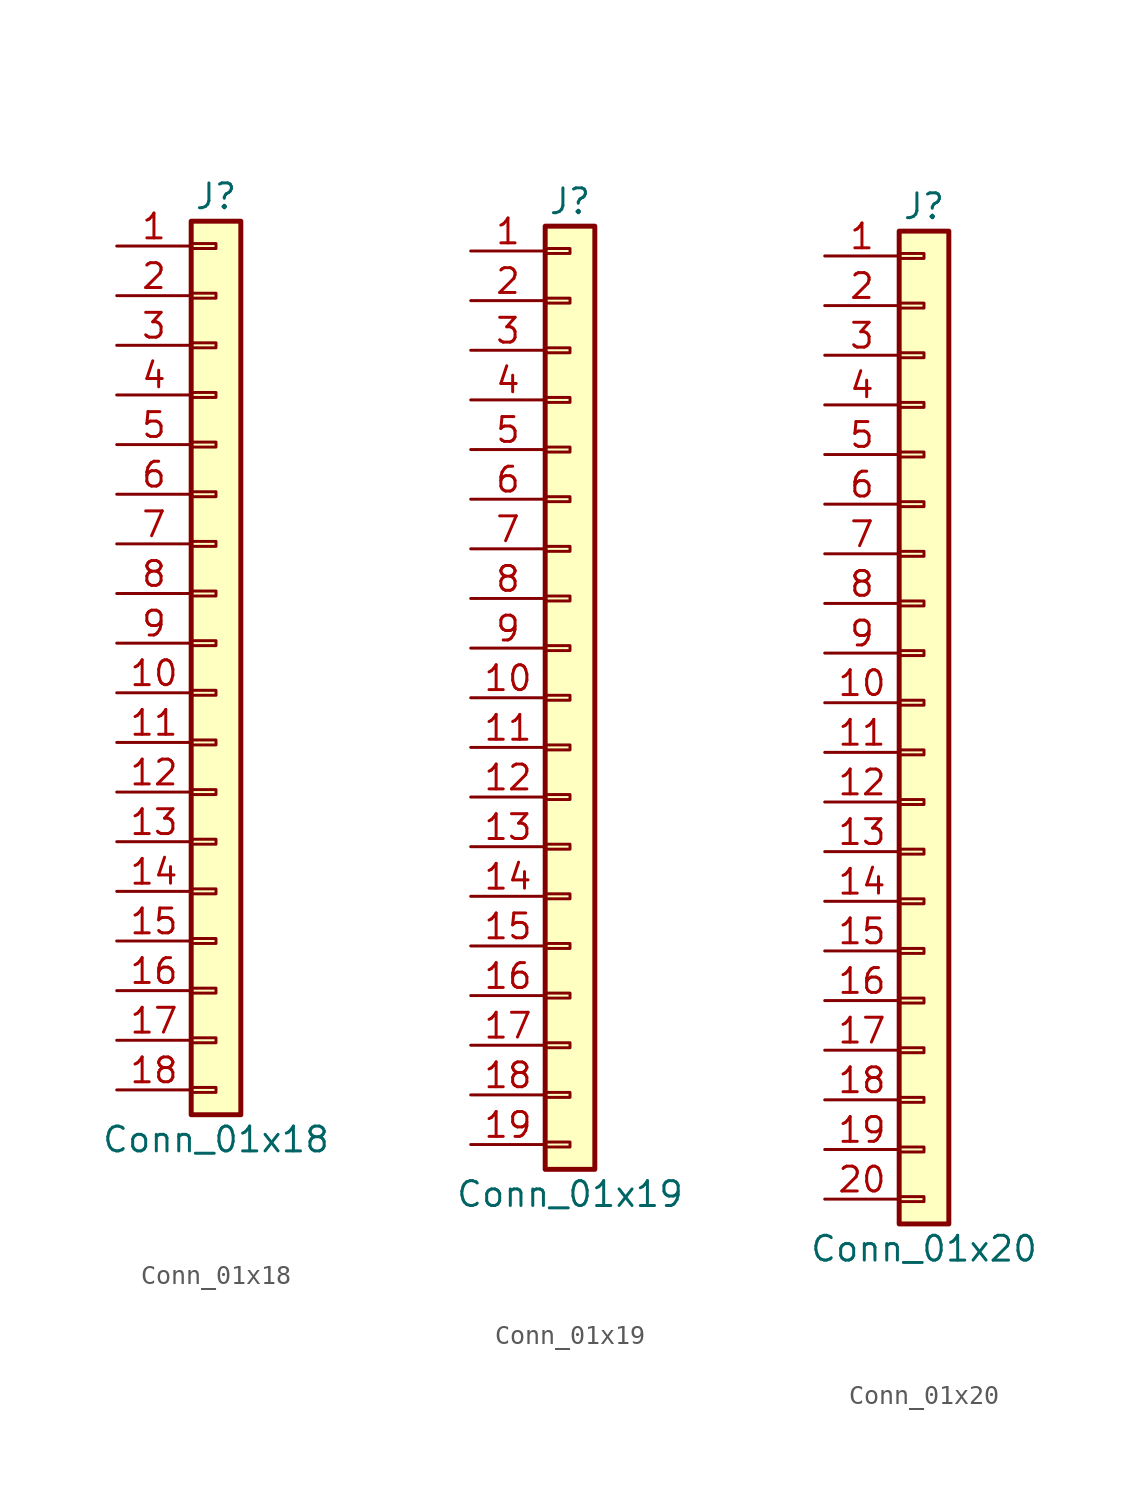
<source format=kicad_sym>
(kicad_symbol_lib
  (version 20211014)
  (generator kicad_symbol_editor)
  (symbol "Conn_01x18"
    (pin_names
      (offset 1.016) hide)
    (property "Reference" "J"
      (at 0 22.86 0)
      (effects (font (size 1.27 1.27))))
    (property "Value" "Conn_01x18"
      (at 0 -25.4 0)
      (effects (font (size 1.27 1.27))))
    (symbol "Conn_01x18_1_1"
      (rectangle (start -1.27 -22.733) (end 0 -22.987) (stroke (width 0.152) (type default) (color 0 0 0 0)) (fill (type none)))
      (rectangle (start -1.27 -20.193) (end 0 -20.447) (stroke (width 0.152) (type default) (color 0 0 0 0)) (fill (type none)))
      (rectangle (start -1.27 -17.653) (end 0 -17.907) (stroke (width 0.152) (type default) (color 0 0 0 0)) (fill (type none)))
      (rectangle (start -1.27 -15.113) (end 0 -15.367) (stroke (width 0.152) (type default) (color 0 0 0 0)) (fill (type none)))
      (rectangle (start -1.27 -12.573) (end 0 -12.827) (stroke (width 0.152) (type default) (color 0 0 0 0)) (fill (type none)))
      (rectangle (start -1.27 -10.033) (end 0 -10.287) (stroke (width 0.152) (type default) (color 0 0 0 0)) (fill (type none)))
      (rectangle (start -1.27 -7.493) (end 0 -7.747) (stroke (width 0.152) (type default) (color 0 0 0 0)) (fill (type none)))
      (rectangle (start -1.27 -4.953) (end 0 -5.207) (stroke (width 0.152) (type default) (color 0 0 0 0)) (fill (type none)))
      (rectangle (start -1.27 -2.413) (end 0 -2.667) (stroke (width 0.152) (type default) (color 0 0 0 0)) (fill (type none)))
      (rectangle (start -1.27 0.127) (end 0 -0.127) (stroke (width 0.152) (type default) (color 0 0 0 0)) (fill (type none)))
      (rectangle (start -1.27 2.667) (end 0 2.413) (stroke (width 0.152) (type default) (color 0 0 0 0)) (fill (type none)))
      (rectangle (start -1.27 5.207) (end 0 4.953) (stroke (width 0.152) (type default) (color 0 0 0 0)) (fill (type none)))
      (rectangle (start -1.27 7.747) (end 0 7.493) (stroke (width 0.152) (type default) (color 0 0 0 0)) (fill (type none)))
      (rectangle (start -1.27 10.287) (end 0 10.033) (stroke (width 0.152) (type default) (color 0 0 0 0)) (fill (type none)))
      (rectangle (start -1.27 12.827) (end 0 12.573) (stroke (width 0.152) (type default) (color 0 0 0 0)) (fill (type none)))
      (rectangle (start -1.27 15.367) (end 0 15.113) (stroke (width 0.152) (type default) (color 0 0 0 0)) (fill (type none)))
      (rectangle (start -1.27 17.907) (end 0 17.653) (stroke (width 0.152) (type default) (color 0 0 0 0)) (fill (type none)))
      (rectangle (start -1.27 20.447) (end 0 20.193) (stroke (width 0.152) (type default) (color 0 0 0 0)) (fill (type none)))
      (rectangle (start -1.27 21.59) (end 1.27 -24.13) (stroke (width 0.254) (type default) (color 0 0 0 0)) (fill (type background)))
      (pin passive line (at -5.08 20.32 0) (length 3.81) (name "Pin_1" (effects (font (size 1.27 1.27)))) (number "1" (effects (font (size 1.27 1.27)))))
      (pin passive line (at -5.08 -2.54 0) (length 3.81) (name "Pin_10" (effects (font (size 1.27 1.27)))) (number "10" (effects (font (size 1.27 1.27)))))
      (pin passive line (at -5.08 -5.08 0) (length 3.81) (name "Pin_11" (effects (font (size 1.27 1.27)))) (number "11" (effects (font (size 1.27 1.27)))))
      (pin passive line (at -5.08 -7.62 0) (length 3.81) (name "Pin_12" (effects (font (size 1.27 1.27)))) (number "12" (effects (font (size 1.27 1.27)))))
      (pin passive line (at -5.08 -10.16 0) (length 3.81) (name "Pin_13" (effects (font (size 1.27 1.27)))) (number "13" (effects (font (size 1.27 1.27)))))
      (pin passive line (at -5.08 -12.7 0) (length 3.81) (name "Pin_14" (effects (font (size 1.27 1.27)))) (number "14" (effects (font (size 1.27 1.27)))))
      (pin passive line (at -5.08 -15.24 0) (length 3.81) (name "Pin_15" (effects (font (size 1.27 1.27)))) (number "15" (effects (font (size 1.27 1.27)))))
      (pin passive line (at -5.08 -17.78 0) (length 3.81) (name "Pin_16" (effects (font (size 1.27 1.27)))) (number "16" (effects (font (size 1.27 1.27)))))
      (pin passive line (at -5.08 -20.32 0) (length 3.81) (name "Pin_17" (effects (font (size 1.27 1.27)))) (number "17" (effects (font (size 1.27 1.27)))))
      (pin passive line (at -5.08 -22.86 0) (length 3.81) (name "Pin_18" (effects (font (size 1.27 1.27)))) (number "18" (effects (font (size 1.27 1.27)))))
      (pin passive line (at -5.08 17.78 0) (length 3.81) (name "Pin_2" (effects (font (size 1.27 1.27)))) (number "2" (effects (font (size 1.27 1.27)))))
      (pin passive line (at -5.08 15.24 0) (length 3.81) (name "Pin_3" (effects (font (size 1.27 1.27)))) (number "3" (effects (font (size 1.27 1.27)))))
      (pin passive line (at -5.08 12.7 0) (length 3.81) (name "Pin_4" (effects (font (size 1.27 1.27)))) (number "4" (effects (font (size 1.27 1.27)))))
      (pin passive line (at -5.08 10.16 0) (length 3.81) (name "Pin_5" (effects (font (size 1.27 1.27)))) (number "5" (effects (font (size 1.27 1.27)))))
      (pin passive line (at -5.08 7.62 0) (length 3.81) (name "Pin_6" (effects (font (size 1.27 1.27)))) (number "6" (effects (font (size 1.27 1.27)))))
      (pin passive line (at -5.08 5.08 0) (length 3.81) (name "Pin_7" (effects (font (size 1.27 1.27)))) (number "7" (effects (font (size 1.27 1.27)))))
      (pin passive line (at -5.08 2.54 0) (length 3.81) (name "Pin_8" (effects (font (size 1.27 1.27)))) (number "8" (effects (font (size 1.27 1.27)))))
      (pin passive line (at -5.08 0 0) (length 3.81) (name "Pin_9" (effects (font (size 1.27 1.27)))) (number "9" (effects (font (size 1.27 1.27)))))))
  (symbol "Conn_01x19"
    (pin_names
      (offset 1.016) hide)
    (property "Reference" "J"
      (at 0 25.4 0)
      (effects (font (size 1.27 1.27))))
    (property "Value" "Conn_01x19"
      (at 0 -25.4 0)
      (effects (font (size 1.27 1.27))))
    (symbol "Conn_01x19_1_1"
      (rectangle (start -1.27 -22.733) (end 0 -22.987) (stroke (width 0.152) (type default) (color 0 0 0 0)) (fill (type none)))
      (rectangle (start -1.27 -20.193) (end 0 -20.447) (stroke (width 0.152) (type default) (color 0 0 0 0)) (fill (type none)))
      (rectangle (start -1.27 -17.653) (end 0 -17.907) (stroke (width 0.152) (type default) (color 0 0 0 0)) (fill (type none)))
      (rectangle (start -1.27 -15.113) (end 0 -15.367) (stroke (width 0.152) (type default) (color 0 0 0 0)) (fill (type none)))
      (rectangle (start -1.27 -12.573) (end 0 -12.827) (stroke (width 0.152) (type default) (color 0 0 0 0)) (fill (type none)))
      (rectangle (start -1.27 -10.033) (end 0 -10.287) (stroke (width 0.152) (type default) (color 0 0 0 0)) (fill (type none)))
      (rectangle (start -1.27 -7.493) (end 0 -7.747) (stroke (width 0.152) (type default) (color 0 0 0 0)) (fill (type none)))
      (rectangle (start -1.27 -4.953) (end 0 -5.207) (stroke (width 0.152) (type default) (color 0 0 0 0)) (fill (type none)))
      (rectangle (start -1.27 -2.413) (end 0 -2.667) (stroke (width 0.152) (type default) (color 0 0 0 0)) (fill (type none)))
      (rectangle (start -1.27 0.127) (end 0 -0.127) (stroke (width 0.152) (type default) (color 0 0 0 0)) (fill (type none)))
      (rectangle (start -1.27 2.667) (end 0 2.413) (stroke (width 0.152) (type default) (color 0 0 0 0)) (fill (type none)))
      (rectangle (start -1.27 5.207) (end 0 4.953) (stroke (width 0.152) (type default) (color 0 0 0 0)) (fill (type none)))
      (rectangle (start -1.27 7.747) (end 0 7.493) (stroke (width 0.152) (type default) (color 0 0 0 0)) (fill (type none)))
      (rectangle (start -1.27 10.287) (end 0 10.033) (stroke (width 0.152) (type default) (color 0 0 0 0)) (fill (type none)))
      (rectangle (start -1.27 12.827) (end 0 12.573) (stroke (width 0.152) (type default) (color 0 0 0 0)) (fill (type none)))
      (rectangle (start -1.27 15.367) (end 0 15.113) (stroke (width 0.152) (type default) (color 0 0 0 0)) (fill (type none)))
      (rectangle (start -1.27 17.907) (end 0 17.653) (stroke (width 0.152) (type default) (color 0 0 0 0)) (fill (type none)))
      (rectangle (start -1.27 20.447) (end 0 20.193) (stroke (width 0.152) (type default) (color 0 0 0 0)) (fill (type none)))
      (rectangle (start -1.27 22.987) (end 0 22.733) (stroke (width 0.152) (type default) (color 0 0 0 0)) (fill (type none)))
      (rectangle (start -1.27 24.13) (end 1.27 -24.13) (stroke (width 0.254) (type default) (color 0 0 0 0)) (fill (type background)))
      (pin passive line (at -5.08 22.86 0) (length 3.81) (name "Pin_1" (effects (font (size 1.27 1.27)))) (number "1" (effects (font (size 1.27 1.27)))))
      (pin passive line (at -5.08 0 0) (length 3.81) (name "Pin_10" (effects (font (size 1.27 1.27)))) (number "10" (effects (font (size 1.27 1.27)))))
      (pin passive line (at -5.08 -2.54 0) (length 3.81) (name "Pin_11" (effects (font (size 1.27 1.27)))) (number "11" (effects (font (size 1.27 1.27)))))
      (pin passive line (at -5.08 -5.08 0) (length 3.81) (name "Pin_12" (effects (font (size 1.27 1.27)))) (number "12" (effects (font (size 1.27 1.27)))))
      (pin passive line (at -5.08 -7.62 0) (length 3.81) (name "Pin_13" (effects (font (size 1.27 1.27)))) (number "13" (effects (font (size 1.27 1.27)))))
      (pin passive line (at -5.08 -10.16 0) (length 3.81) (name "Pin_14" (effects (font (size 1.27 1.27)))) (number "14" (effects (font (size 1.27 1.27)))))
      (pin passive line (at -5.08 -12.7 0) (length 3.81) (name "Pin_15" (effects (font (size 1.27 1.27)))) (number "15" (effects (font (size 1.27 1.27)))))
      (pin passive line (at -5.08 -15.24 0) (length 3.81) (name "Pin_16" (effects (font (size 1.27 1.27)))) (number "16" (effects (font (size 1.27 1.27)))))
      (pin passive line (at -5.08 -17.78 0) (length 3.81) (name "Pin_17" (effects (font (size 1.27 1.27)))) (number "17" (effects (font (size 1.27 1.27)))))
      (pin passive line (at -5.08 -20.32 0) (length 3.81) (name "Pin_18" (effects (font (size 1.27 1.27)))) (number "18" (effects (font (size 1.27 1.27)))))
      (pin passive line (at -5.08 -22.86 0) (length 3.81) (name "Pin_19" (effects (font (size 1.27 1.27)))) (number "19" (effects (font (size 1.27 1.27)))))
      (pin passive line (at -5.08 20.32 0) (length 3.81) (name "Pin_2" (effects (font (size 1.27 1.27)))) (number "2" (effects (font (size 1.27 1.27)))))
      (pin passive line (at -5.08 17.78 0) (length 3.81) (name "Pin_3" (effects (font (size 1.27 1.27)))) (number "3" (effects (font (size 1.27 1.27)))))
      (pin passive line (at -5.08 15.24 0) (length 3.81) (name "Pin_4" (effects (font (size 1.27 1.27)))) (number "4" (effects (font (size 1.27 1.27)))))
      (pin passive line (at -5.08 12.7 0) (length 3.81) (name "Pin_5" (effects (font (size 1.27 1.27)))) (number "5" (effects (font (size 1.27 1.27)))))
      (pin passive line (at -5.08 10.16 0) (length 3.81) (name "Pin_6" (effects (font (size 1.27 1.27)))) (number "6" (effects (font (size 1.27 1.27)))))
      (pin passive line (at -5.08 7.62 0) (length 3.81) (name "Pin_7" (effects (font (size 1.27 1.27)))) (number "7" (effects (font (size 1.27 1.27)))))
      (pin passive line (at -5.08 5.08 0) (length 3.81) (name "Pin_8" (effects (font (size 1.27 1.27)))) (number "8" (effects (font (size 1.27 1.27)))))
      (pin passive line (at -5.08 2.54 0) (length 3.81) (name "Pin_9" (effects (font (size 1.27 1.27)))) (number "9" (effects (font (size 1.27 1.27)))))))
  (symbol "Conn_01x20"
    (pin_names
      (offset 1.016) hide)
    (property "Reference" "J"
      (at 0 25.4 0)
      (effects (font (size 1.27 1.27))))
    (property "Value" "Conn_01x20"
      (at 0 -27.94 0)
      (effects (font (size 1.27 1.27))))
    (symbol "Conn_01x20_1_1"
      (rectangle (start -1.27 -25.273) (end 0 -25.527) (stroke (width 0.152) (type default) (color 0 0 0 0)) (fill (type none)))
      (rectangle (start -1.27 -22.733) (end 0 -22.987) (stroke (width 0.152) (type default) (color 0 0 0 0)) (fill (type none)))
      (rectangle (start -1.27 -20.193) (end 0 -20.447) (stroke (width 0.152) (type default) (color 0 0 0 0)) (fill (type none)))
      (rectangle (start -1.27 -17.653) (end 0 -17.907) (stroke (width 0.152) (type default) (color 0 0 0 0)) (fill (type none)))
      (rectangle (start -1.27 -15.113) (end 0 -15.367) (stroke (width 0.152) (type default) (color 0 0 0 0)) (fill (type none)))
      (rectangle (start -1.27 -12.573) (end 0 -12.827) (stroke (width 0.152) (type default) (color 0 0 0 0)) (fill (type none)))
      (rectangle (start -1.27 -10.033) (end 0 -10.287) (stroke (width 0.152) (type default) (color 0 0 0 0)) (fill (type none)))
      (rectangle (start -1.27 -7.493) (end 0 -7.747) (stroke (width 0.152) (type default) (color 0 0 0 0)) (fill (type none)))
      (rectangle (start -1.27 -4.953) (end 0 -5.207) (stroke (width 0.152) (type default) (color 0 0 0 0)) (fill (type none)))
      (rectangle (start -1.27 -2.413) (end 0 -2.667) (stroke (width 0.152) (type default) (color 0 0 0 0)) (fill (type none)))
      (rectangle (start -1.27 0.127) (end 0 -0.127) (stroke (width 0.152) (type default) (color 0 0 0 0)) (fill (type none)))
      (rectangle (start -1.27 2.667) (end 0 2.413) (stroke (width 0.152) (type default) (color 0 0 0 0)) (fill (type none)))
      (rectangle (start -1.27 5.207) (end 0 4.953) (stroke (width 0.152) (type default) (color 0 0 0 0)) (fill (type none)))
      (rectangle (start -1.27 7.747) (end 0 7.493) (stroke (width 0.152) (type default) (color 0 0 0 0)) (fill (type none)))
      (rectangle (start -1.27 10.287) (end 0 10.033) (stroke (width 0.152) (type default) (color 0 0 0 0)) (fill (type none)))
      (rectangle (start -1.27 12.827) (end 0 12.573) (stroke (width 0.152) (type default) (color 0 0 0 0)) (fill (type none)))
      (rectangle (start -1.27 15.367) (end 0 15.113) (stroke (width 0.152) (type default) (color 0 0 0 0)) (fill (type none)))
      (rectangle (start -1.27 17.907) (end 0 17.653) (stroke (width 0.152) (type default) (color 0 0 0 0)) (fill (type none)))
      (rectangle (start -1.27 20.447) (end 0 20.193) (stroke (width 0.152) (type default) (color 0 0 0 0)) (fill (type none)))
      (rectangle (start -1.27 22.987) (end 0 22.733) (stroke (width 0.152) (type default) (color 0 0 0 0)) (fill (type none)))
      (rectangle (start -1.27 24.13) (end 1.27 -26.67) (stroke (width 0.254) (type default) (color 0 0 0 0)) (fill (type background)))
      (pin passive line (at -5.08 22.86 0) (length 3.81) (name "Pin_1" (effects (font (size 1.27 1.27)))) (number "1" (effects (font (size 1.27 1.27)))))
      (pin passive line (at -5.08 0 0) (length 3.81) (name "Pin_10" (effects (font (size 1.27 1.27)))) (number "10" (effects (font (size 1.27 1.27)))))
      (pin passive line (at -5.08 -2.54 0) (length 3.81) (name "Pin_11" (effects (font (size 1.27 1.27)))) (number "11" (effects (font (size 1.27 1.27)))))
      (pin passive line (at -5.08 -5.08 0) (length 3.81) (name "Pin_12" (effects (font (size 1.27 1.27)))) (number "12" (effects (font (size 1.27 1.27)))))
      (pin passive line (at -5.08 -7.62 0) (length 3.81) (name "Pin_13" (effects (font (size 1.27 1.27)))) (number "13" (effects (font (size 1.27 1.27)))))
      (pin passive line (at -5.08 -10.16 0) (length 3.81) (name "Pin_14" (effects (font (size 1.27 1.27)))) (number "14" (effects (font (size 1.27 1.27)))))
      (pin passive line (at -5.08 -12.7 0) (length 3.81) (name "Pin_15" (effects (font (size 1.27 1.27)))) (number "15" (effects (font (size 1.27 1.27)))))
      (pin passive line (at -5.08 -15.24 0) (length 3.81) (name "Pin_16" (effects (font (size 1.27 1.27)))) (number "16" (effects (font (size 1.27 1.27)))))
      (pin passive line (at -5.08 -17.78 0) (length 3.81) (name "Pin_17" (effects (font (size 1.27 1.27)))) (number "17" (effects (font (size 1.27 1.27)))))
      (pin passive line (at -5.08 -20.32 0) (length 3.81) (name "Pin_18" (effects (font (size 1.27 1.27)))) (number "18" (effects (font (size 1.27 1.27)))))
      (pin passive line (at -5.08 -22.86 0) (length 3.81) (name "Pin_19" (effects (font (size 1.27 1.27)))) (number "19" (effects (font (size 1.27 1.27)))))
      (pin passive line (at -5.08 20.32 0) (length 3.81) (name "Pin_2" (effects (font (size 1.27 1.27)))) (number "2" (effects (font (size 1.27 1.27)))))
      (pin passive line (at -5.08 -25.4 0) (length 3.81) (name "Pin_20" (effects (font (size 1.27 1.27)))) (number "20" (effects (font (size 1.27 1.27)))))
      (pin passive line (at -5.08 17.78 0) (length 3.81) (name "Pin_3" (effects (font (size 1.27 1.27)))) (number "3" (effects (font (size 1.27 1.27)))))
      (pin passive line (at -5.08 15.24 0) (length 3.81) (name "Pin_4" (effects (font (size 1.27 1.27)))) (number "4" (effects (font (size 1.27 1.27)))))
      (pin passive line (at -5.08 12.7 0) (length 3.81) (name "Pin_5" (effects (font (size 1.27 1.27)))) (number "5" (effects (font (size 1.27 1.27)))))
      (pin passive line (at -5.08 10.16 0) (length 3.81) (name "Pin_6" (effects (font (size 1.27 1.27)))) (number "6" (effects (font (size 1.27 1.27)))))
      (pin passive line (at -5.08 7.62 0) (length 3.81) (name "Pin_7" (effects (font (size 1.27 1.27)))) (number "7" (effects (font (size 1.27 1.27)))))
      (pin passive line (at -5.08 5.08 0) (length 3.81) (name "Pin_8" (effects (font (size 1.27 1.27)))) (number "8" (effects (font (size 1.27 1.27)))))
      (pin passive line (at -5.08 2.54 0) (length 3.81) (name "Pin_9" (effects (font (size 1.27 1.27)))) (number "9" (effects (font (size 1.27 1.27))))))))
</source>
